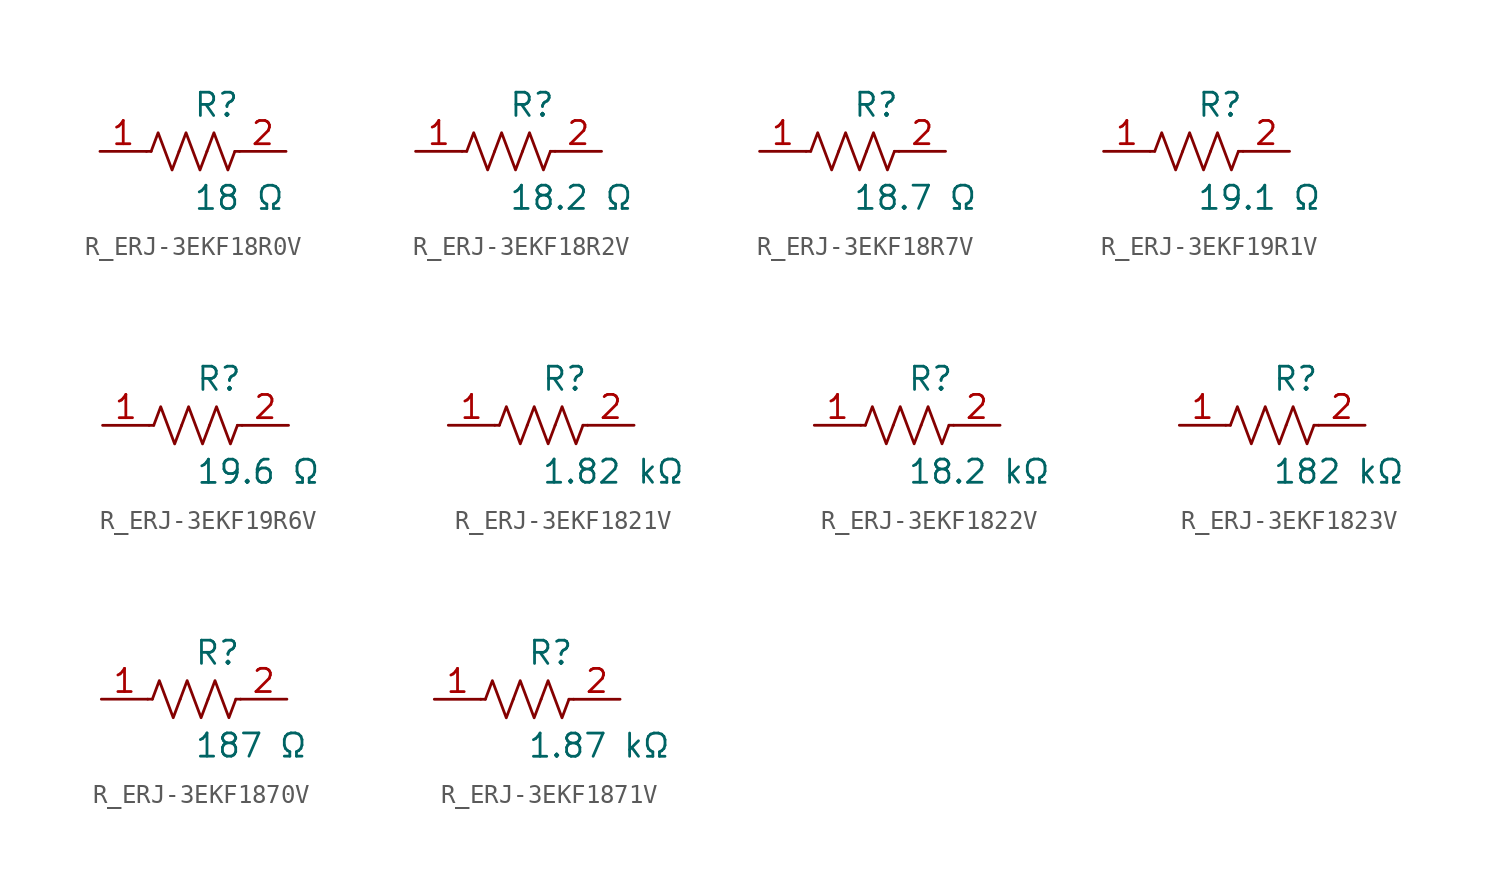
<source format=kicad_sym>
(kicad_symbol_lib
  (version 20231120)
  (generator kicad_symbol_editor)
  (generator_version 8.0)
  (symbol "R_ERJ-3EKF18R0V"
    (pin_names
      (offset 0.254))
    (property "Reference" "R"
      (at 0.0 2.54 0)
      (effects (font (size 1.27 1.27)) (justify left)))
    (property "Value" "18 Ω"
      (at 0.0 -2.54 0)
      (effects (font (size 1.27 1.27)) (justify left)))
    (symbol "R_ERJ-3EKF18R0V_0_1"
      (polyline (pts (xy 2.286 0) (xy 2.54 0)) (stroke (width 0) (type default)) (fill (type none)))
      (polyline (pts (xy -2.286 0) (xy -2.54 0)) (stroke (width 0) (type default)) (fill (type none)))
      (polyline (pts (xy 0.762 0) (xy 1.143 1.016) (xy 1.524 0) (xy 1.905 -1.016) (xy 2.286 0)) (stroke (width 0) (type default)) (fill (type none)))
      (polyline (pts (xy -0.762 0) (xy -0.381 1.016) (xy 0 0) (xy 0.381 -1.016) (xy 0.762 0)) (stroke (width 0) (type default)) (fill (type none)))
      (polyline (pts (xy -2.286 0) (xy -1.905 1.016) (xy -1.524 0) (xy -1.143 -1.016) (xy -0.762 0)) (stroke (width 0) (type default)) (fill (type none))))
    (pin unspecified line
      (at -5.08 0 0)
      (length 2.54)
      (name "" (effects (font (size 1.27 1.27))))
      (number "1" (effects (font (size 1.27 1.27)))))
    (pin unspecified line
      (at 5.08 0 180)
      (length 2.54)
      (name "" (effects (font (size 1.27 1.27))))
      (number "2" (effects (font (size 1.27 1.27))))))
  (symbol "R_ERJ-3EKF18R2V"
    (pin_names
      (offset 0.254))
    (property "Reference" "R"
      (at 0.0 2.54 0)
      (effects (font (size 1.27 1.27)) (justify left)))
    (property "Value" "18.2 Ω"
      (at 0.0 -2.54 0)
      (effects (font (size 1.27 1.27)) (justify left)))
    (symbol "R_ERJ-3EKF18R2V_0_1"
      (polyline (pts (xy 2.286 0) (xy 2.54 0)) (stroke (width 0) (type default)) (fill (type none)))
      (polyline (pts (xy -2.286 0) (xy -2.54 0)) (stroke (width 0) (type default)) (fill (type none)))
      (polyline (pts (xy 0.762 0) (xy 1.143 1.016) (xy 1.524 0) (xy 1.905 -1.016) (xy 2.286 0)) (stroke (width 0) (type default)) (fill (type none)))
      (polyline (pts (xy -0.762 0) (xy -0.381 1.016) (xy 0 0) (xy 0.381 -1.016) (xy 0.762 0)) (stroke (width 0) (type default)) (fill (type none)))
      (polyline (pts (xy -2.286 0) (xy -1.905 1.016) (xy -1.524 0) (xy -1.143 -1.016) (xy -0.762 0)) (stroke (width 0) (type default)) (fill (type none))))
    (pin unspecified line
      (at -5.08 0 0)
      (length 2.54)
      (name "" (effects (font (size 1.27 1.27))))
      (number "1" (effects (font (size 1.27 1.27)))))
    (pin unspecified line
      (at 5.08 0 180)
      (length 2.54)
      (name "" (effects (font (size 1.27 1.27))))
      (number "2" (effects (font (size 1.27 1.27))))))
  (symbol "R_ERJ-3EKF18R7V"
    (pin_names
      (offset 0.254))
    (property "Reference" "R"
      (at 0.0 2.54 0)
      (effects (font (size 1.27 1.27)) (justify left)))
    (property "Value" "18.7 Ω"
      (at 0.0 -2.54 0)
      (effects (font (size 1.27 1.27)) (justify left)))
    (symbol "R_ERJ-3EKF18R7V_0_1"
      (polyline (pts (xy 2.286 0) (xy 2.54 0)) (stroke (width 0) (type default)) (fill (type none)))
      (polyline (pts (xy -2.286 0) (xy -2.54 0)) (stroke (width 0) (type default)) (fill (type none)))
      (polyline (pts (xy 0.762 0) (xy 1.143 1.016) (xy 1.524 0) (xy 1.905 -1.016) (xy 2.286 0)) (stroke (width 0) (type default)) (fill (type none)))
      (polyline (pts (xy -0.762 0) (xy -0.381 1.016) (xy 0 0) (xy 0.381 -1.016) (xy 0.762 0)) (stroke (width 0) (type default)) (fill (type none)))
      (polyline (pts (xy -2.286 0) (xy -1.905 1.016) (xy -1.524 0) (xy -1.143 -1.016) (xy -0.762 0)) (stroke (width 0) (type default)) (fill (type none))))
    (pin unspecified line
      (at -5.08 0 0)
      (length 2.54)
      (name "" (effects (font (size 1.27 1.27))))
      (number "1" (effects (font (size 1.27 1.27)))))
    (pin unspecified line
      (at 5.08 0 180)
      (length 2.54)
      (name "" (effects (font (size 1.27 1.27))))
      (number "2" (effects (font (size 1.27 1.27))))))
  (symbol "R_ERJ-3EKF19R1V"
    (pin_names
      (offset 0.254))
    (property "Reference" "R"
      (at 0.0 2.54 0)
      (effects (font (size 1.27 1.27)) (justify left)))
    (property "Value" "19.1 Ω"
      (at 0.0 -2.54 0)
      (effects (font (size 1.27 1.27)) (justify left)))
    (symbol "R_ERJ-3EKF19R1V_0_1"
      (polyline (pts (xy 2.286 0) (xy 2.54 0)) (stroke (width 0) (type default)) (fill (type none)))
      (polyline (pts (xy -2.286 0) (xy -2.54 0)) (stroke (width 0) (type default)) (fill (type none)))
      (polyline (pts (xy 0.762 0) (xy 1.143 1.016) (xy 1.524 0) (xy 1.905 -1.016) (xy 2.286 0)) (stroke (width 0) (type default)) (fill (type none)))
      (polyline (pts (xy -0.762 0) (xy -0.381 1.016) (xy 0 0) (xy 0.381 -1.016) (xy 0.762 0)) (stroke (width 0) (type default)) (fill (type none)))
      (polyline (pts (xy -2.286 0) (xy -1.905 1.016) (xy -1.524 0) (xy -1.143 -1.016) (xy -0.762 0)) (stroke (width 0) (type default)) (fill (type none))))
    (pin unspecified line
      (at -5.08 0 0)
      (length 2.54)
      (name "" (effects (font (size 1.27 1.27))))
      (number "1" (effects (font (size 1.27 1.27)))))
    (pin unspecified line
      (at 5.08 0 180)
      (length 2.54)
      (name "" (effects (font (size 1.27 1.27))))
      (number "2" (effects (font (size 1.27 1.27))))))
  (symbol "R_ERJ-3EKF19R6V"
    (pin_names
      (offset 0.254))
    (property "Reference" "R"
      (at 0.0 2.54 0)
      (effects (font (size 1.27 1.27)) (justify left)))
    (property "Value" "19.6 Ω"
      (at 0.0 -2.54 0)
      (effects (font (size 1.27 1.27)) (justify left)))
    (symbol "R_ERJ-3EKF19R6V_0_1"
      (polyline (pts (xy 2.286 0) (xy 2.54 0)) (stroke (width 0) (type default)) (fill (type none)))
      (polyline (pts (xy -2.286 0) (xy -2.54 0)) (stroke (width 0) (type default)) (fill (type none)))
      (polyline (pts (xy 0.762 0) (xy 1.143 1.016) (xy 1.524 0) (xy 1.905 -1.016) (xy 2.286 0)) (stroke (width 0) (type default)) (fill (type none)))
      (polyline (pts (xy -0.762 0) (xy -0.381 1.016) (xy 0 0) (xy 0.381 -1.016) (xy 0.762 0)) (stroke (width 0) (type default)) (fill (type none)))
      (polyline (pts (xy -2.286 0) (xy -1.905 1.016) (xy -1.524 0) (xy -1.143 -1.016) (xy -0.762 0)) (stroke (width 0) (type default)) (fill (type none))))
    (pin unspecified line
      (at -5.08 0 0)
      (length 2.54)
      (name "" (effects (font (size 1.27 1.27))))
      (number "1" (effects (font (size 1.27 1.27)))))
    (pin unspecified line
      (at 5.08 0 180)
      (length 2.54)
      (name "" (effects (font (size 1.27 1.27))))
      (number "2" (effects (font (size 1.27 1.27))))))
  (symbol "R_ERJ-3EKF1821V"
    (pin_names
      (offset 0.254))
    (property "Reference" "R"
      (at 0.0 2.54 0)
      (effects (font (size 1.27 1.27)) (justify left)))
    (property "Value" "1.82 kΩ"
      (at 0.0 -2.54 0)
      (effects (font (size 1.27 1.27)) (justify left)))
    (symbol "R_ERJ-3EKF1821V_0_1"
      (polyline (pts (xy 2.286 0) (xy 2.54 0)) (stroke (width 0) (type default)) (fill (type none)))
      (polyline (pts (xy -2.286 0) (xy -2.54 0)) (stroke (width 0) (type default)) (fill (type none)))
      (polyline (pts (xy 0.762 0) (xy 1.143 1.016) (xy 1.524 0) (xy 1.905 -1.016) (xy 2.286 0)) (stroke (width 0) (type default)) (fill (type none)))
      (polyline (pts (xy -0.762 0) (xy -0.381 1.016) (xy 0 0) (xy 0.381 -1.016) (xy 0.762 0)) (stroke (width 0) (type default)) (fill (type none)))
      (polyline (pts (xy -2.286 0) (xy -1.905 1.016) (xy -1.524 0) (xy -1.143 -1.016) (xy -0.762 0)) (stroke (width 0) (type default)) (fill (type none))))
    (pin unspecified line
      (at -5.08 0 0)
      (length 2.54)
      (name "" (effects (font (size 1.27 1.27))))
      (number "1" (effects (font (size 1.27 1.27)))))
    (pin unspecified line
      (at 5.08 0 180)
      (length 2.54)
      (name "" (effects (font (size 1.27 1.27))))
      (number "2" (effects (font (size 1.27 1.27))))))
  (symbol "R_ERJ-3EKF1822V"
    (pin_names
      (offset 0.254))
    (property "Reference" "R"
      (at 0.0 2.54 0)
      (effects (font (size 1.27 1.27)) (justify left)))
    (property "Value" "18.2 kΩ"
      (at 0.0 -2.54 0)
      (effects (font (size 1.27 1.27)) (justify left)))
    (symbol "R_ERJ-3EKF1822V_0_1"
      (polyline (pts (xy 2.286 0) (xy 2.54 0)) (stroke (width 0) (type default)) (fill (type none)))
      (polyline (pts (xy -2.286 0) (xy -2.54 0)) (stroke (width 0) (type default)) (fill (type none)))
      (polyline (pts (xy 0.762 0) (xy 1.143 1.016) (xy 1.524 0) (xy 1.905 -1.016) (xy 2.286 0)) (stroke (width 0) (type default)) (fill (type none)))
      (polyline (pts (xy -0.762 0) (xy -0.381 1.016) (xy 0 0) (xy 0.381 -1.016) (xy 0.762 0)) (stroke (width 0) (type default)) (fill (type none)))
      (polyline (pts (xy -2.286 0) (xy -1.905 1.016) (xy -1.524 0) (xy -1.143 -1.016) (xy -0.762 0)) (stroke (width 0) (type default)) (fill (type none))))
    (pin unspecified line
      (at -5.08 0 0)
      (length 2.54)
      (name "" (effects (font (size 1.27 1.27))))
      (number "1" (effects (font (size 1.27 1.27)))))
    (pin unspecified line
      (at 5.08 0 180)
      (length 2.54)
      (name "" (effects (font (size 1.27 1.27))))
      (number "2" (effects (font (size 1.27 1.27))))))
  (symbol "R_ERJ-3EKF1823V"
    (pin_names
      (offset 0.254))
    (property "Reference" "R"
      (at 0.0 2.54 0)
      (effects (font (size 1.27 1.27)) (justify left)))
    (property "Value" "182 kΩ"
      (at 0.0 -2.54 0)
      (effects (font (size 1.27 1.27)) (justify left)))
    (symbol "R_ERJ-3EKF1823V_0_1"
      (polyline (pts (xy 2.286 0) (xy 2.54 0)) (stroke (width 0) (type default)) (fill (type none)))
      (polyline (pts (xy -2.286 0) (xy -2.54 0)) (stroke (width 0) (type default)) (fill (type none)))
      (polyline (pts (xy 0.762 0) (xy 1.143 1.016) (xy 1.524 0) (xy 1.905 -1.016) (xy 2.286 0)) (stroke (width 0) (type default)) (fill (type none)))
      (polyline (pts (xy -0.762 0) (xy -0.381 1.016) (xy 0 0) (xy 0.381 -1.016) (xy 0.762 0)) (stroke (width 0) (type default)) (fill (type none)))
      (polyline (pts (xy -2.286 0) (xy -1.905 1.016) (xy -1.524 0) (xy -1.143 -1.016) (xy -0.762 0)) (stroke (width 0) (type default)) (fill (type none))))
    (pin unspecified line
      (at -5.08 0 0)
      (length 2.54)
      (name "" (effects (font (size 1.27 1.27))))
      (number "1" (effects (font (size 1.27 1.27)))))
    (pin unspecified line
      (at 5.08 0 180)
      (length 2.54)
      (name "" (effects (font (size 1.27 1.27))))
      (number "2" (effects (font (size 1.27 1.27))))))
  (symbol "R_ERJ-3EKF1870V"
    (pin_names
      (offset 0.254))
    (property "Reference" "R"
      (at 0.0 2.54 0)
      (effects (font (size 1.27 1.27)) (justify left)))
    (property "Value" "187 Ω"
      (at 0.0 -2.54 0)
      (effects (font (size 1.27 1.27)) (justify left)))
    (symbol "R_ERJ-3EKF1870V_0_1"
      (polyline (pts (xy 2.286 0) (xy 2.54 0)) (stroke (width 0) (type default)) (fill (type none)))
      (polyline (pts (xy -2.286 0) (xy -2.54 0)) (stroke (width 0) (type default)) (fill (type none)))
      (polyline (pts (xy 0.762 0) (xy 1.143 1.016) (xy 1.524 0) (xy 1.905 -1.016) (xy 2.286 0)) (stroke (width 0) (type default)) (fill (type none)))
      (polyline (pts (xy -0.762 0) (xy -0.381 1.016) (xy 0 0) (xy 0.381 -1.016) (xy 0.762 0)) (stroke (width 0) (type default)) (fill (type none)))
      (polyline (pts (xy -2.286 0) (xy -1.905 1.016) (xy -1.524 0) (xy -1.143 -1.016) (xy -0.762 0)) (stroke (width 0) (type default)) (fill (type none))))
    (pin unspecified line
      (at -5.08 0 0)
      (length 2.54)
      (name "" (effects (font (size 1.27 1.27))))
      (number "1" (effects (font (size 1.27 1.27)))))
    (pin unspecified line
      (at 5.08 0 180)
      (length 2.54)
      (name "" (effects (font (size 1.27 1.27))))
      (number "2" (effects (font (size 1.27 1.27))))))
  (symbol "R_ERJ-3EKF1871V"
    (pin_names
      (offset 0.254))
    (property "Reference" "R"
      (at 0.0 2.54 0)
      (effects (font (size 1.27 1.27)) (justify left)))
    (property "Value" "1.87 kΩ"
      (at 0.0 -2.54 0)
      (effects (font (size 1.27 1.27)) (justify left)))
    (symbol "R_ERJ-3EKF1871V_0_1"
      (polyline (pts (xy 2.286 0) (xy 2.54 0)) (stroke (width 0) (type default)) (fill (type none)))
      (polyline (pts (xy -2.286 0) (xy -2.54 0)) (stroke (width 0) (type default)) (fill (type none)))
      (polyline (pts (xy 0.762 0) (xy 1.143 1.016) (xy 1.524 0) (xy 1.905 -1.016) (xy 2.286 0)) (stroke (width 0) (type default)) (fill (type none)))
      (polyline (pts (xy -0.762 0) (xy -0.381 1.016) (xy 0 0) (xy 0.381 -1.016) (xy 0.762 0)) (stroke (width 0) (type default)) (fill (type none)))
      (polyline (pts (xy -2.286 0) (xy -1.905 1.016) (xy -1.524 0) (xy -1.143 -1.016) (xy -0.762 0)) (stroke (width 0) (type default)) (fill (type none))))
    (pin unspecified line
      (at -5.08 0 0)
      (length 2.54)
      (name "" (effects (font (size 1.27 1.27))))
      (number "1" (effects (font (size 1.27 1.27)))))
    (pin unspecified line
      (at 5.08 0 180)
      (length 2.54)
      (name "" (effects (font (size 1.27 1.27))))
      (number "2" (effects (font (size 1.27 1.27)))))))
</source>
